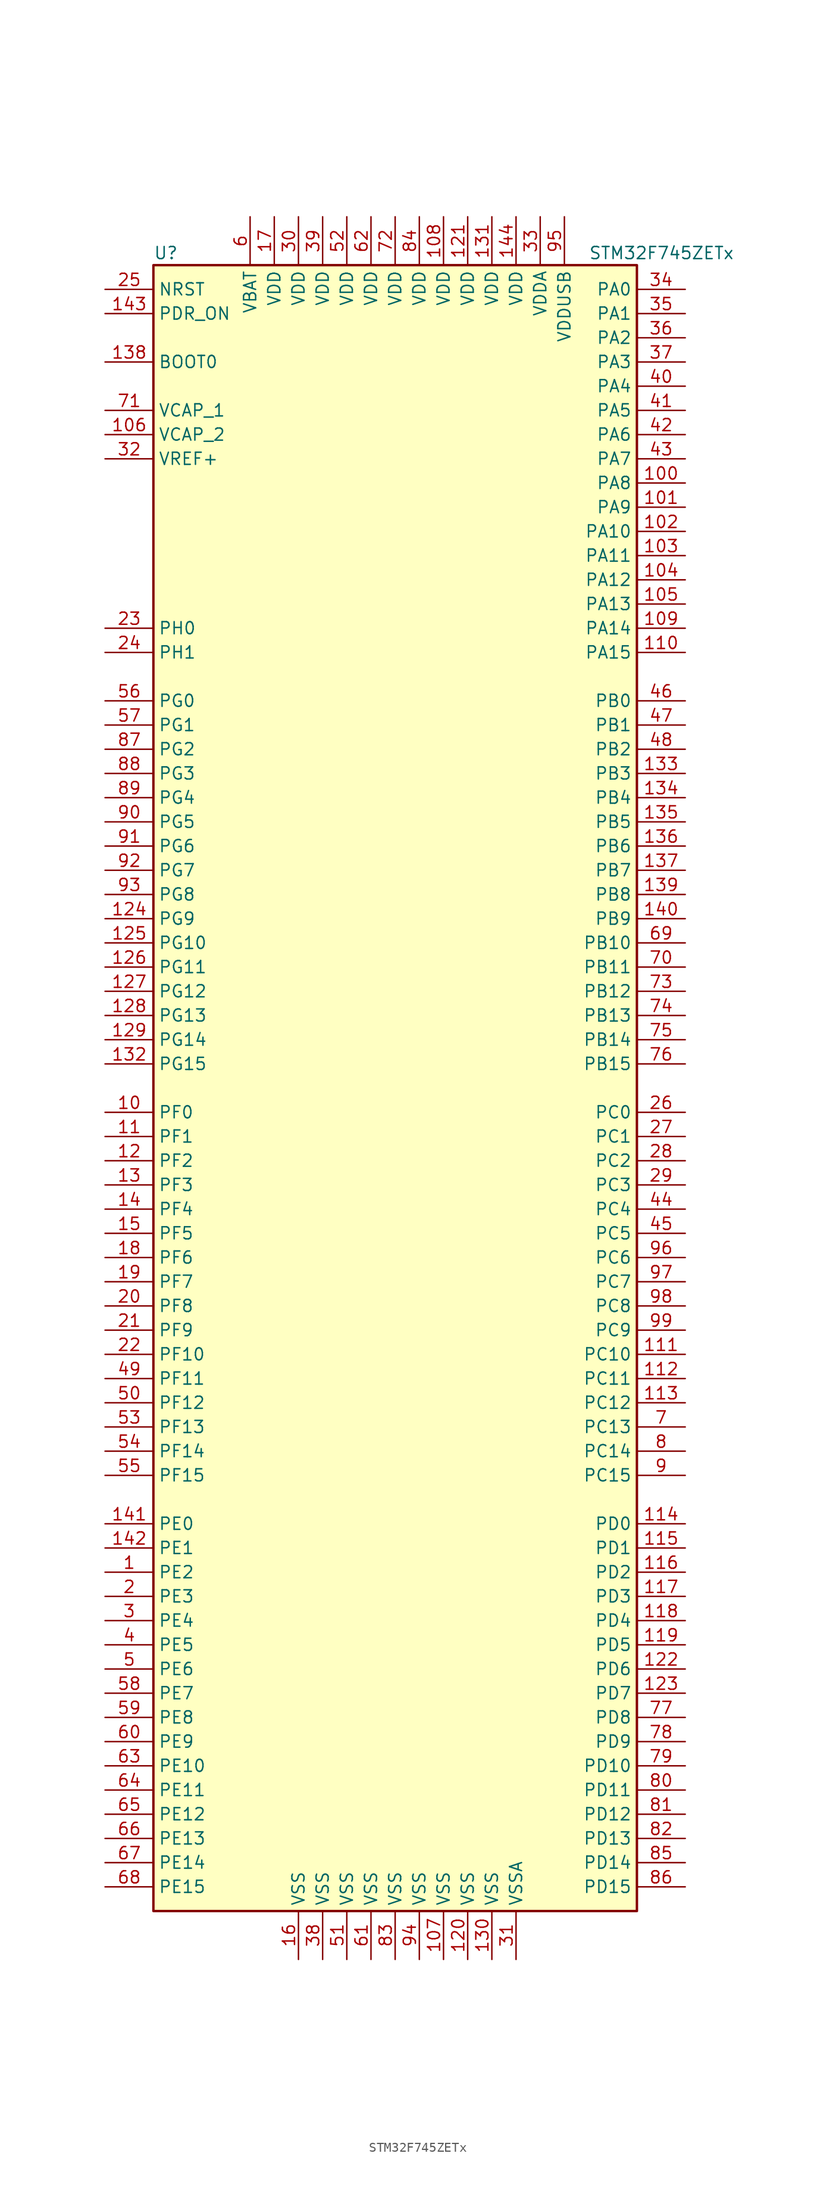
<source format=kicad_sym>
(kicad_symbol_lib
  (version 20220914)
  (generator kicad_symbol_editor)
  (symbol "STM32F745ZETx"
    (property "Reference" "U"
      (at -25.4 87.63 0)
      (effects (font (size 1.27 1.27)) (justify left)))
    (property "Value" "STM32F745ZETx"
      (at 20.32 87.63 0)
      (effects (font (size 1.27 1.27)) (justify left)))
    (symbol "STM32F745ZETx_0_1"
      (rectangle (start -25.4 -86.36) (end 25.4 86.36) (stroke (width 0.254) (type default)) (fill (type background))))
    (symbol "STM32F745ZETx_1_1"
      (pin bidirectional line (at -30.48 -50.8 0) (length 5.08) (name "PE2" (effects (font (size 1.27 1.27)))) (number "1" (effects (font (size 1.27 1.27)))))
      (pin bidirectional line (at -30.48 -2.54 0) (length 5.08) (name "PF0" (effects (font (size 1.27 1.27)))) (number "10" (effects (font (size 1.27 1.27)))))
      (pin bidirectional line (at 30.48 63.5 180) (length 5.08) (name "PA8" (effects (font (size 1.27 1.27)))) (number "100" (effects (font (size 1.27 1.27)))))
      (pin bidirectional line (at 30.48 60.96 180) (length 5.08) (name "PA9" (effects (font (size 1.27 1.27)))) (number "101" (effects (font (size 1.27 1.27)))))
      (pin bidirectional line (at 30.48 58.42 180) (length 5.08) (name "PA10" (effects (font (size 1.27 1.27)))) (number "102" (effects (font (size 1.27 1.27)))))
      (pin bidirectional line (at 30.48 55.88 180) (length 5.08) (name "PA11" (effects (font (size 1.27 1.27)))) (number "103" (effects (font (size 1.27 1.27)))))
      (pin bidirectional line (at 30.48 53.34 180) (length 5.08) (name "PA12" (effects (font (size 1.27 1.27)))) (number "104" (effects (font (size 1.27 1.27)))))
      (pin bidirectional line (at 30.48 50.8 180) (length 5.08) (name "PA13" (effects (font (size 1.27 1.27)))) (number "105" (effects (font (size 1.27 1.27)))))
      (pin power_in line (at -30.48 68.58 0) (length 5.08) (name "VCAP_2" (effects (font (size 1.27 1.27)))) (number "106" (effects (font (size 1.27 1.27)))))
      (pin power_in line (at 5.08 -91.44 90) (length 5.08) (name "VSS" (effects (font (size 1.27 1.27)))) (number "107" (effects (font (size 1.27 1.27)))))
      (pin power_in line (at 5.08 91.44 270) (length 5.08) (name "VDD" (effects (font (size 1.27 1.27)))) (number "108" (effects (font (size 1.27 1.27)))))
      (pin bidirectional line (at 30.48 48.26 180) (length 5.08) (name "PA14" (effects (font (size 1.27 1.27)))) (number "109" (effects (font (size 1.27 1.27)))))
      (pin bidirectional line (at -30.48 -5.08 0) (length 5.08) (name "PF1" (effects (font (size 1.27 1.27)))) (number "11" (effects (font (size 1.27 1.27)))))
      (pin bidirectional line (at 30.48 45.72 180) (length 5.08) (name "PA15" (effects (font (size 1.27 1.27)))) (number "110" (effects (font (size 1.27 1.27)))))
      (pin bidirectional line (at 30.48 -27.94 180) (length 5.08) (name "PC10" (effects (font (size 1.27 1.27)))) (number "111" (effects (font (size 1.27 1.27)))))
      (pin bidirectional line (at 30.48 -30.48 180) (length 5.08) (name "PC11" (effects (font (size 1.27 1.27)))) (number "112" (effects (font (size 1.27 1.27)))))
      (pin bidirectional line (at 30.48 -33.02 180) (length 5.08) (name "PC12" (effects (font (size 1.27 1.27)))) (number "113" (effects (font (size 1.27 1.27)))))
      (pin bidirectional line (at 30.48 -45.72 180) (length 5.08) (name "PD0" (effects (font (size 1.27 1.27)))) (number "114" (effects (font (size 1.27 1.27)))))
      (pin bidirectional line (at 30.48 -48.26 180) (length 5.08) (name "PD1" (effects (font (size 1.27 1.27)))) (number "115" (effects (font (size 1.27 1.27)))))
      (pin bidirectional line (at 30.48 -50.8 180) (length 5.08) (name "PD2" (effects (font (size 1.27 1.27)))) (number "116" (effects (font (size 1.27 1.27)))))
      (pin bidirectional line (at 30.48 -53.34 180) (length 5.08) (name "PD3" (effects (font (size 1.27 1.27)))) (number "117" (effects (font (size 1.27 1.27)))))
      (pin bidirectional line (at 30.48 -55.88 180) (length 5.08) (name "PD4" (effects (font (size 1.27 1.27)))) (number "118" (effects (font (size 1.27 1.27)))))
      (pin bidirectional line (at 30.48 -58.42 180) (length 5.08) (name "PD5" (effects (font (size 1.27 1.27)))) (number "119" (effects (font (size 1.27 1.27)))))
      (pin bidirectional line (at -30.48 -7.62 0) (length 5.08) (name "PF2" (effects (font (size 1.27 1.27)))) (number "12" (effects (font (size 1.27 1.27)))))
      (pin power_in line (at 7.62 -91.44 90) (length 5.08) (name "VSS" (effects (font (size 1.27 1.27)))) (number "120" (effects (font (size 1.27 1.27)))))
      (pin power_in line (at 7.62 91.44 270) (length 5.08) (name "VDD" (effects (font (size 1.27 1.27)))) (number "121" (effects (font (size 1.27 1.27)))))
      (pin bidirectional line (at 30.48 -60.96 180) (length 5.08) (name "PD6" (effects (font (size 1.27 1.27)))) (number "122" (effects (font (size 1.27 1.27)))))
      (pin bidirectional line (at 30.48 -63.5 180) (length 5.08) (name "PD7" (effects (font (size 1.27 1.27)))) (number "123" (effects (font (size 1.27 1.27)))))
      (pin bidirectional line (at -30.48 17.78 0) (length 5.08) (name "PG9" (effects (font (size 1.27 1.27)))) (number "124" (effects (font (size 1.27 1.27)))))
      (pin bidirectional line (at -30.48 15.24 0) (length 5.08) (name "PG10" (effects (font (size 1.27 1.27)))) (number "125" (effects (font (size 1.27 1.27)))))
      (pin bidirectional line (at -30.48 12.7 0) (length 5.08) (name "PG11" (effects (font (size 1.27 1.27)))) (number "126" (effects (font (size 1.27 1.27)))))
      (pin bidirectional line (at -30.48 10.16 0) (length 5.08) (name "PG12" (effects (font (size 1.27 1.27)))) (number "127" (effects (font (size 1.27 1.27)))))
      (pin bidirectional line (at -30.48 7.62 0) (length 5.08) (name "PG13" (effects (font (size 1.27 1.27)))) (number "128" (effects (font (size 1.27 1.27)))))
      (pin bidirectional line (at -30.48 5.08 0) (length 5.08) (name "PG14" (effects (font (size 1.27 1.27)))) (number "129" (effects (font (size 1.27 1.27)))))
      (pin bidirectional line (at -30.48 -10.16 0) (length 5.08) (name "PF3" (effects (font (size 1.27 1.27)))) (number "13" (effects (font (size 1.27 1.27)))))
      (pin power_in line (at 10.16 -91.44 90) (length 5.08) (name "VSS" (effects (font (size 1.27 1.27)))) (number "130" (effects (font (size 1.27 1.27)))))
      (pin power_in line (at 10.16 91.44 270) (length 5.08) (name "VDD" (effects (font (size 1.27 1.27)))) (number "131" (effects (font (size 1.27 1.27)))))
      (pin bidirectional line (at -30.48 2.54 0) (length 5.08) (name "PG15" (effects (font (size 1.27 1.27)))) (number "132" (effects (font (size 1.27 1.27)))))
      (pin bidirectional line (at 30.48 33.02 180) (length 5.08) (name "PB3" (effects (font (size 1.27 1.27)))) (number "133" (effects (font (size 1.27 1.27)))))
      (pin bidirectional line (at 30.48 30.48 180) (length 5.08) (name "PB4" (effects (font (size 1.27 1.27)))) (number "134" (effects (font (size 1.27 1.27)))))
      (pin bidirectional line (at 30.48 27.94 180) (length 5.08) (name "PB5" (effects (font (size 1.27 1.27)))) (number "135" (effects (font (size 1.27 1.27)))))
      (pin bidirectional line (at 30.48 25.4 180) (length 5.08) (name "PB6" (effects (font (size 1.27 1.27)))) (number "136" (effects (font (size 1.27 1.27)))))
      (pin bidirectional line (at 30.48 22.86 180) (length 5.08) (name "PB7" (effects (font (size 1.27 1.27)))) (number "137" (effects (font (size 1.27 1.27)))))
      (pin input line (at -30.48 76.2 0) (length 5.08) (name "BOOT0" (effects (font (size 1.27 1.27)))) (number "138" (effects (font (size 1.27 1.27)))))
      (pin bidirectional line (at 30.48 20.32 180) (length 5.08) (name "PB8" (effects (font (size 1.27 1.27)))) (number "139" (effects (font (size 1.27 1.27)))))
      (pin bidirectional line (at -30.48 -12.7 0) (length 5.08) (name "PF4" (effects (font (size 1.27 1.27)))) (number "14" (effects (font (size 1.27 1.27)))))
      (pin bidirectional line (at 30.48 17.78 180) (length 5.08) (name "PB9" (effects (font (size 1.27 1.27)))) (number "140" (effects (font (size 1.27 1.27)))))
      (pin bidirectional line (at -30.48 -45.72 0) (length 5.08) (name "PE0" (effects (font (size 1.27 1.27)))) (number "141" (effects (font (size 1.27 1.27)))))
      (pin bidirectional line (at -30.48 -48.26 0) (length 5.08) (name "PE1" (effects (font (size 1.27 1.27)))) (number "142" (effects (font (size 1.27 1.27)))))
      (pin input line (at -30.48 81.28 0) (length 5.08) (name "PDR_ON" (effects (font (size 1.27 1.27)))) (number "143" (effects (font (size 1.27 1.27)))))
      (pin power_in line (at 12.7 91.44 270) (length 5.08) (name "VDD" (effects (font (size 1.27 1.27)))) (number "144" (effects (font (size 1.27 1.27)))))
      (pin bidirectional line (at -30.48 -15.24 0) (length 5.08) (name "PF5" (effects (font (size 1.27 1.27)))) (number "15" (effects (font (size 1.27 1.27)))))
      (pin power_in line (at -10.16 -91.44 90) (length 5.08) (name "VSS" (effects (font (size 1.27 1.27)))) (number "16" (effects (font (size 1.27 1.27)))))
      (pin power_in line (at -12.7 91.44 270) (length 5.08) (name "VDD" (effects (font (size 1.27 1.27)))) (number "17" (effects (font (size 1.27 1.27)))))
      (pin bidirectional line (at -30.48 -17.78 0) (length 5.08) (name "PF6" (effects (font (size 1.27 1.27)))) (number "18" (effects (font (size 1.27 1.27)))))
      (pin bidirectional line (at -30.48 -20.32 0) (length 5.08) (name "PF7" (effects (font (size 1.27 1.27)))) (number "19" (effects (font (size 1.27 1.27)))))
      (pin bidirectional line (at -30.48 -53.34 0) (length 5.08) (name "PE3" (effects (font (size 1.27 1.27)))) (number "2" (effects (font (size 1.27 1.27)))))
      (pin bidirectional line (at -30.48 -22.86 0) (length 5.08) (name "PF8" (effects (font (size 1.27 1.27)))) (number "20" (effects (font (size 1.27 1.27)))))
      (pin bidirectional line (at -30.48 -25.4 0) (length 5.08) (name "PF9" (effects (font (size 1.27 1.27)))) (number "21" (effects (font (size 1.27 1.27)))))
      (pin bidirectional line (at -30.48 -27.94 0) (length 5.08) (name "PF10" (effects (font (size 1.27 1.27)))) (number "22" (effects (font (size 1.27 1.27)))))
      (pin input line (at -30.48 48.26 0) (length 5.08) (name "PH0" (effects (font (size 1.27 1.27)))) (number "23" (effects (font (size 1.27 1.27)))))
      (pin input line (at -30.48 45.72 0) (length 5.08) (name "PH1" (effects (font (size 1.27 1.27)))) (number "24" (effects (font (size 1.27 1.27)))))
      (pin input line (at -30.48 83.82 0) (length 5.08) (name "NRST" (effects (font (size 1.27 1.27)))) (number "25" (effects (font (size 1.27 1.27)))))
      (pin bidirectional line (at 30.48 -2.54 180) (length 5.08) (name "PC0" (effects (font (size 1.27 1.27)))) (number "26" (effects (font (size 1.27 1.27)))))
      (pin bidirectional line (at 30.48 -5.08 180) (length 5.08) (name "PC1" (effects (font (size 1.27 1.27)))) (number "27" (effects (font (size 1.27 1.27)))))
      (pin bidirectional line (at 30.48 -7.62 180) (length 5.08) (name "PC2" (effects (font (size 1.27 1.27)))) (number "28" (effects (font (size 1.27 1.27)))))
      (pin bidirectional line (at 30.48 -10.16 180) (length 5.08) (name "PC3" (effects (font (size 1.27 1.27)))) (number "29" (effects (font (size 1.27 1.27)))))
      (pin bidirectional line (at -30.48 -55.88 0) (length 5.08) (name "PE4" (effects (font (size 1.27 1.27)))) (number "3" (effects (font (size 1.27 1.27)))))
      (pin power_in line (at -10.16 91.44 270) (length 5.08) (name "VDD" (effects (font (size 1.27 1.27)))) (number "30" (effects (font (size 1.27 1.27)))))
      (pin power_in line (at 12.7 -91.44 90) (length 5.08) (name "VSSA" (effects (font (size 1.27 1.27)))) (number "31" (effects (font (size 1.27 1.27)))))
      (pin power_in line (at -30.48 66.04 0) (length 5.08) (name "VREF+" (effects (font (size 1.27 1.27)))) (number "32" (effects (font (size 1.27 1.27)))))
      (pin power_in line (at 15.24 91.44 270) (length 5.08) (name "VDDA" (effects (font (size 1.27 1.27)))) (number "33" (effects (font (size 1.27 1.27)))))
      (pin bidirectional line (at 30.48 83.82 180) (length 5.08) (name "PA0" (effects (font (size 1.27 1.27)))) (number "34" (effects (font (size 1.27 1.27)))))
      (pin bidirectional line (at 30.48 81.28 180) (length 5.08) (name "PA1" (effects (font (size 1.27 1.27)))) (number "35" (effects (font (size 1.27 1.27)))))
      (pin bidirectional line (at 30.48 78.74 180) (length 5.08) (name "PA2" (effects (font (size 1.27 1.27)))) (number "36" (effects (font (size 1.27 1.27)))))
      (pin bidirectional line (at 30.48 76.2 180) (length 5.08) (name "PA3" (effects (font (size 1.27 1.27)))) (number "37" (effects (font (size 1.27 1.27)))))
      (pin power_in line (at -7.62 -91.44 90) (length 5.08) (name "VSS" (effects (font (size 1.27 1.27)))) (number "38" (effects (font (size 1.27 1.27)))))
      (pin power_in line (at -7.62 91.44 270) (length 5.08) (name "VDD" (effects (font (size 1.27 1.27)))) (number "39" (effects (font (size 1.27 1.27)))))
      (pin bidirectional line (at -30.48 -58.42 0) (length 5.08) (name "PE5" (effects (font (size 1.27 1.27)))) (number "4" (effects (font (size 1.27 1.27)))))
      (pin bidirectional line (at 30.48 73.66 180) (length 5.08) (name "PA4" (effects (font (size 1.27 1.27)))) (number "40" (effects (font (size 1.27 1.27)))))
      (pin bidirectional line (at 30.48 71.12 180) (length 5.08) (name "PA5" (effects (font (size 1.27 1.27)))) (number "41" (effects (font (size 1.27 1.27)))))
      (pin bidirectional line (at 30.48 68.58 180) (length 5.08) (name "PA6" (effects (font (size 1.27 1.27)))) (number "42" (effects (font (size 1.27 1.27)))))
      (pin bidirectional line (at 30.48 66.04 180) (length 5.08) (name "PA7" (effects (font (size 1.27 1.27)))) (number "43" (effects (font (size 1.27 1.27)))))
      (pin bidirectional line (at 30.48 -12.7 180) (length 5.08) (name "PC4" (effects (font (size 1.27 1.27)))) (number "44" (effects (font (size 1.27 1.27)))))
      (pin bidirectional line (at 30.48 -15.24 180) (length 5.08) (name "PC5" (effects (font (size 1.27 1.27)))) (number "45" (effects (font (size 1.27 1.27)))))
      (pin bidirectional line (at 30.48 40.64 180) (length 5.08) (name "PB0" (effects (font (size 1.27 1.27)))) (number "46" (effects (font (size 1.27 1.27)))))
      (pin bidirectional line (at 30.48 38.1 180) (length 5.08) (name "PB1" (effects (font (size 1.27 1.27)))) (number "47" (effects (font (size 1.27 1.27)))))
      (pin bidirectional line (at 30.48 35.56 180) (length 5.08) (name "PB2" (effects (font (size 1.27 1.27)))) (number "48" (effects (font (size 1.27 1.27)))))
      (pin bidirectional line (at -30.48 -30.48 0) (length 5.08) (name "PF11" (effects (font (size 1.27 1.27)))) (number "49" (effects (font (size 1.27 1.27)))))
      (pin bidirectional line (at -30.48 -60.96 0) (length 5.08) (name "PE6" (effects (font (size 1.27 1.27)))) (number "5" (effects (font (size 1.27 1.27)))))
      (pin bidirectional line (at -30.48 -33.02 0) (length 5.08) (name "PF12" (effects (font (size 1.27 1.27)))) (number "50" (effects (font (size 1.27 1.27)))))
      (pin power_in line (at -5.08 -91.44 90) (length 5.08) (name "VSS" (effects (font (size 1.27 1.27)))) (number "51" (effects (font (size 1.27 1.27)))))
      (pin power_in line (at -5.08 91.44 270) (length 5.08) (name "VDD" (effects (font (size 1.27 1.27)))) (number "52" (effects (font (size 1.27 1.27)))))
      (pin bidirectional line (at -30.48 -35.56 0) (length 5.08) (name "PF13" (effects (font (size 1.27 1.27)))) (number "53" (effects (font (size 1.27 1.27)))))
      (pin bidirectional line (at -30.48 -38.1 0) (length 5.08) (name "PF14" (effects (font (size 1.27 1.27)))) (number "54" (effects (font (size 1.27 1.27)))))
      (pin bidirectional line (at -30.48 -40.64 0) (length 5.08) (name "PF15" (effects (font (size 1.27 1.27)))) (number "55" (effects (font (size 1.27 1.27)))))
      (pin bidirectional line (at -30.48 40.64 0) (length 5.08) (name "PG0" (effects (font (size 1.27 1.27)))) (number "56" (effects (font (size 1.27 1.27)))))
      (pin bidirectional line (at -30.48 38.1 0) (length 5.08) (name "PG1" (effects (font (size 1.27 1.27)))) (number "57" (effects (font (size 1.27 1.27)))))
      (pin bidirectional line (at -30.48 -63.5 0) (length 5.08) (name "PE7" (effects (font (size 1.27 1.27)))) (number "58" (effects (font (size 1.27 1.27)))))
      (pin bidirectional line (at -30.48 -66.04 0) (length 5.08) (name "PE8" (effects (font (size 1.27 1.27)))) (number "59" (effects (font (size 1.27 1.27)))))
      (pin power_in line (at -15.24 91.44 270) (length 5.08) (name "VBAT" (effects (font (size 1.27 1.27)))) (number "6" (effects (font (size 1.27 1.27)))))
      (pin bidirectional line (at -30.48 -68.58 0) (length 5.08) (name "PE9" (effects (font (size 1.27 1.27)))) (number "60" (effects (font (size 1.27 1.27)))))
      (pin power_in line (at -2.54 -91.44 90) (length 5.08) (name "VSS" (effects (font (size 1.27 1.27)))) (number "61" (effects (font (size 1.27 1.27)))))
      (pin power_in line (at -2.54 91.44 270) (length 5.08) (name "VDD" (effects (font (size 1.27 1.27)))) (number "62" (effects (font (size 1.27 1.27)))))
      (pin bidirectional line (at -30.48 -71.12 0) (length 5.08) (name "PE10" (effects (font (size 1.27 1.27)))) (number "63" (effects (font (size 1.27 1.27)))))
      (pin bidirectional line (at -30.48 -73.66 0) (length 5.08) (name "PE11" (effects (font (size 1.27 1.27)))) (number "64" (effects (font (size 1.27 1.27)))))
      (pin bidirectional line (at -30.48 -76.2 0) (length 5.08) (name "PE12" (effects (font (size 1.27 1.27)))) (number "65" (effects (font (size 1.27 1.27)))))
      (pin bidirectional line (at -30.48 -78.74 0) (length 5.08) (name "PE13" (effects (font (size 1.27 1.27)))) (number "66" (effects (font (size 1.27 1.27)))))
      (pin bidirectional line (at -30.48 -81.28 0) (length 5.08) (name "PE14" (effects (font (size 1.27 1.27)))) (number "67" (effects (font (size 1.27 1.27)))))
      (pin bidirectional line (at -30.48 -83.82 0) (length 5.08) (name "PE15" (effects (font (size 1.27 1.27)))) (number "68" (effects (font (size 1.27 1.27)))))
      (pin bidirectional line (at 30.48 15.24 180) (length 5.08) (name "PB10" (effects (font (size 1.27 1.27)))) (number "69" (effects (font (size 1.27 1.27)))))
      (pin bidirectional line (at 30.48 -35.56 180) (length 5.08) (name "PC13" (effects (font (size 1.27 1.27)))) (number "7" (effects (font (size 1.27 1.27)))))
      (pin bidirectional line (at 30.48 12.7 180) (length 5.08) (name "PB11" (effects (font (size 1.27 1.27)))) (number "70" (effects (font (size 1.27 1.27)))))
      (pin power_in line (at -30.48 71.12 0) (length 5.08) (name "VCAP_1" (effects (font (size 1.27 1.27)))) (number "71" (effects (font (size 1.27 1.27)))))
      (pin power_in line (at 0 91.44 270) (length 5.08) (name "VDD" (effects (font (size 1.27 1.27)))) (number "72" (effects (font (size 1.27 1.27)))))
      (pin bidirectional line (at 30.48 10.16 180) (length 5.08) (name "PB12" (effects (font (size 1.27 1.27)))) (number "73" (effects (font (size 1.27 1.27)))))
      (pin bidirectional line (at 30.48 7.62 180) (length 5.08) (name "PB13" (effects (font (size 1.27 1.27)))) (number "74" (effects (font (size 1.27 1.27)))))
      (pin bidirectional line (at 30.48 5.08 180) (length 5.08) (name "PB14" (effects (font (size 1.27 1.27)))) (number "75" (effects (font (size 1.27 1.27)))))
      (pin bidirectional line (at 30.48 2.54 180) (length 5.08) (name "PB15" (effects (font (size 1.27 1.27)))) (number "76" (effects (font (size 1.27 1.27)))))
      (pin bidirectional line (at 30.48 -66.04 180) (length 5.08) (name "PD8" (effects (font (size 1.27 1.27)))) (number "77" (effects (font (size 1.27 1.27)))))
      (pin bidirectional line (at 30.48 -68.58 180) (length 5.08) (name "PD9" (effects (font (size 1.27 1.27)))) (number "78" (effects (font (size 1.27 1.27)))))
      (pin bidirectional line (at 30.48 -71.12 180) (length 5.08) (name "PD10" (effects (font (size 1.27 1.27)))) (number "79" (effects (font (size 1.27 1.27)))))
      (pin bidirectional line (at 30.48 -38.1 180) (length 5.08) (name "PC14" (effects (font (size 1.27 1.27)))) (number "8" (effects (font (size 1.27 1.27)))))
      (pin bidirectional line (at 30.48 -73.66 180) (length 5.08) (name "PD11" (effects (font (size 1.27 1.27)))) (number "80" (effects (font (size 1.27 1.27)))))
      (pin bidirectional line (at 30.48 -76.2 180) (length 5.08) (name "PD12" (effects (font (size 1.27 1.27)))) (number "81" (effects (font (size 1.27 1.27)))))
      (pin bidirectional line (at 30.48 -78.74 180) (length 5.08) (name "PD13" (effects (font (size 1.27 1.27)))) (number "82" (effects (font (size 1.27 1.27)))))
      (pin power_in line (at 0 -91.44 90) (length 5.08) (name "VSS" (effects (font (size 1.27 1.27)))) (number "83" (effects (font (size 1.27 1.27)))))
      (pin power_in line (at 2.54 91.44 270) (length 5.08) (name "VDD" (effects (font (size 1.27 1.27)))) (number "84" (effects (font (size 1.27 1.27)))))
      (pin bidirectional line (at 30.48 -81.28 180) (length 5.08) (name "PD14" (effects (font (size 1.27 1.27)))) (number "85" (effects (font (size 1.27 1.27)))))
      (pin bidirectional line (at 30.48 -83.82 180) (length 5.08) (name "PD15" (effects (font (size 1.27 1.27)))) (number "86" (effects (font (size 1.27 1.27)))))
      (pin bidirectional line (at -30.48 35.56 0) (length 5.08) (name "PG2" (effects (font (size 1.27 1.27)))) (number "87" (effects (font (size 1.27 1.27)))))
      (pin bidirectional line (at -30.48 33.02 0) (length 5.08) (name "PG3" (effects (font (size 1.27 1.27)))) (number "88" (effects (font (size 1.27 1.27)))))
      (pin bidirectional line (at -30.48 30.48 0) (length 5.08) (name "PG4" (effects (font (size 1.27 1.27)))) (number "89" (effects (font (size 1.27 1.27)))))
      (pin bidirectional line (at 30.48 -40.64 180) (length 5.08) (name "PC15" (effects (font (size 1.27 1.27)))) (number "9" (effects (font (size 1.27 1.27)))))
      (pin bidirectional line (at -30.48 27.94 0) (length 5.08) (name "PG5" (effects (font (size 1.27 1.27)))) (number "90" (effects (font (size 1.27 1.27)))))
      (pin bidirectional line (at -30.48 25.4 0) (length 5.08) (name "PG6" (effects (font (size 1.27 1.27)))) (number "91" (effects (font (size 1.27 1.27)))))
      (pin bidirectional line (at -30.48 22.86 0) (length 5.08) (name "PG7" (effects (font (size 1.27 1.27)))) (number "92" (effects (font (size 1.27 1.27)))))
      (pin bidirectional line (at -30.48 20.32 0) (length 5.08) (name "PG8" (effects (font (size 1.27 1.27)))) (number "93" (effects (font (size 1.27 1.27)))))
      (pin power_in line (at 2.54 -91.44 90) (length 5.08) (name "VSS" (effects (font (size 1.27 1.27)))) (number "94" (effects (font (size 1.27 1.27)))))
      (pin power_in line (at 17.78 91.44 270) (length 5.08) (name "VDDUSB" (effects (font (size 1.27 1.27)))) (number "95" (effects (font (size 1.27 1.27)))))
      (pin bidirectional line (at 30.48 -17.78 180) (length 5.08) (name "PC6" (effects (font (size 1.27 1.27)))) (number "96" (effects (font (size 1.27 1.27)))))
      (pin bidirectional line (at 30.48 -20.32 180) (length 5.08) (name "PC7" (effects (font (size 1.27 1.27)))) (number "97" (effects (font (size 1.27 1.27)))))
      (pin bidirectional line (at 30.48 -22.86 180) (length 5.08) (name "PC8" (effects (font (size 1.27 1.27)))) (number "98" (effects (font (size 1.27 1.27)))))
      (pin bidirectional line (at 30.48 -25.4 180) (length 5.08) (name "PC9" (effects (font (size 1.27 1.27)))) (number "99" (effects (font (size 1.27 1.27))))))))
</source>
